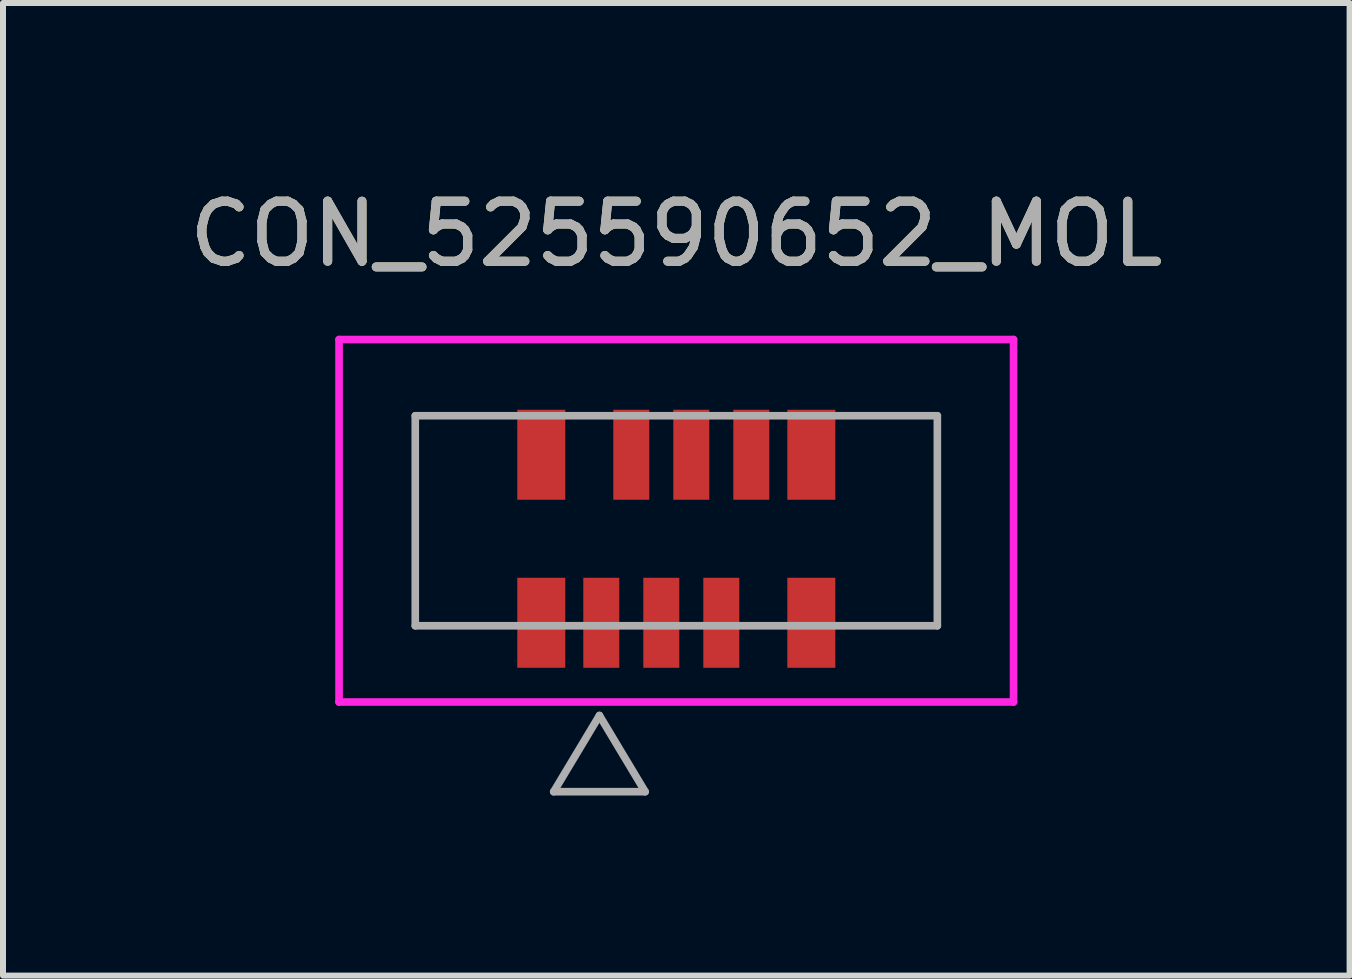
<source format=kicad_pcb>
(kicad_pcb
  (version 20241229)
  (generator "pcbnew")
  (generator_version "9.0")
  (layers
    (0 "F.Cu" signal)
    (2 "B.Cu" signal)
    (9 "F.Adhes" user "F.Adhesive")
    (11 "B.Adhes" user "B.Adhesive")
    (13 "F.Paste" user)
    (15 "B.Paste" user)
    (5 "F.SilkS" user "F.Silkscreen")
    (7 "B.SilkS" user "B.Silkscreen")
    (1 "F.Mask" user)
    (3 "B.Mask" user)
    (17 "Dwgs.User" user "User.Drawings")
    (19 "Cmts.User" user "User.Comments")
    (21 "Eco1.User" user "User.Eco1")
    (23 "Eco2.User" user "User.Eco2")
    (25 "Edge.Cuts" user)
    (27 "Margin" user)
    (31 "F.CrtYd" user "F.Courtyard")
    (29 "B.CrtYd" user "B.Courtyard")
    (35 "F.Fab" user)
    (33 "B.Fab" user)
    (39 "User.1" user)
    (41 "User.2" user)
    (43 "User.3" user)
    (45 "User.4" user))
  (footprint "CON_525590652_MOL"
    (layer "F.Cu")
    (at 8.22 5.928)
    (property "Reference" "CON_525590652_MOL" (at 0 -5.08 0) (unlocked yes) (layer "F.SilkS") (effects (font (size 1 1) (thickness 0.15))))
    (attr smd)
    (fp_line (start -5.62 -3.32) (end -5.62 2.72) (stroke (width 0.127) (type solid)) (layer "F.CrtYd"))
    (fp_line (start -5.62 2.72) (end 5.62 2.72) (stroke (width 0.127) (type solid)) (layer "F.CrtYd"))
    (fp_line (start 5.62 -3.32) (end -5.62 -3.32) (stroke (width 0.127) (type solid)) (layer "F.CrtYd"))
    (fp_line (start 5.62 2.72) (end 5.62 -3.32) (stroke (width 0.127) (type solid)) (layer "F.CrtYd"))
    (fp_line (start -4.35 -2.05) (end -4.35 1.45) (stroke (width 0.127) (type solid)) (layer "F.Fab"))
    (fp_line (start -4.35 1.45) (end 4.35 1.45) (stroke (width 0.127) (type solid)) (layer "F.Fab"))
    (fp_line (start -2.043 4.215) (end -1.281 2.945) (stroke (width 0.127) (type solid)) (layer "F.Fab"))
    (fp_line (start -2.043 4.215) (end -0.519 4.215) (stroke (width 0.127) (type solid)) (layer "F.Fab"))
    (fp_line (start -0.519 4.215) (end -1.281 2.945) (stroke (width 0.127) (type solid)) (layer "F.Fab"))
    (fp_line (start 4.35 -2.05) (end -4.35 -2.05) (stroke (width 0.127) (type solid)) (layer "F.Fab"))
    (fp_line (start 4.35 1.45) (end 4.35 -2.05) (stroke (width 0.127) (type solid)) (layer "F.Fab"))
    (fp_text user "${REFERENCE}" (at 0 -5.08 0) (unlocked yes) (layer "F.Fab") (effects (font (size 1 1) (thickness 0.15))))
    (pad "1" smd rect (at -1.25 1.4) (size 0.6 1.5) (layers "F.Cu" "F.Mask" "F.Paste"))
    (pad "2" smd rect (at -0.75 -1.4) (size 0.6 1.5) (layers "F.Cu" "F.Mask" "F.Paste"))
    (pad "3" smd rect (at -0.25 1.4) (size 0.6 1.5) (layers "F.Cu" "F.Mask" "F.Paste"))
    (pad "4" smd rect (at -2.25 -1.4) (size 0.8 1.5) (layers "F.Cu" "F.Mask" "F.Paste"))
    (pad "4" smd rect (at -2.25 1.4) (size 0.8 1.5) (layers "F.Cu" "F.Mask" "F.Paste"))
    (pad "4" smd rect (at 0.25 -1.4) (size 0.6 1.5) (layers "F.Cu" "F.Mask" "F.Paste"))
    (pad "4" smd rect (at 2.25 -1.4) (size 0.8 1.5) (layers "F.Cu" "F.Mask" "F.Paste"))
    (pad "4" smd rect (at 2.25 1.4) (size 0.8 1.5) (layers "F.Cu" "F.Mask" "F.Paste"))
    (pad "5" smd rect (at 0.75 1.4) (size 0.6 1.5) (layers "F.Cu" "F.Mask" "F.Paste"))
    (pad "6" smd rect (at 1.25 -1.4) (size 0.6 1.5) (layers "F.Cu" "F.Mask" "F.Paste")))
  (gr_rect
    (start -3 -3)
    (end 19.44 13.207)
    (stroke (width 0.1) (type default))
    (fill no)
    (layer "Edge.Cuts")))
</source>
